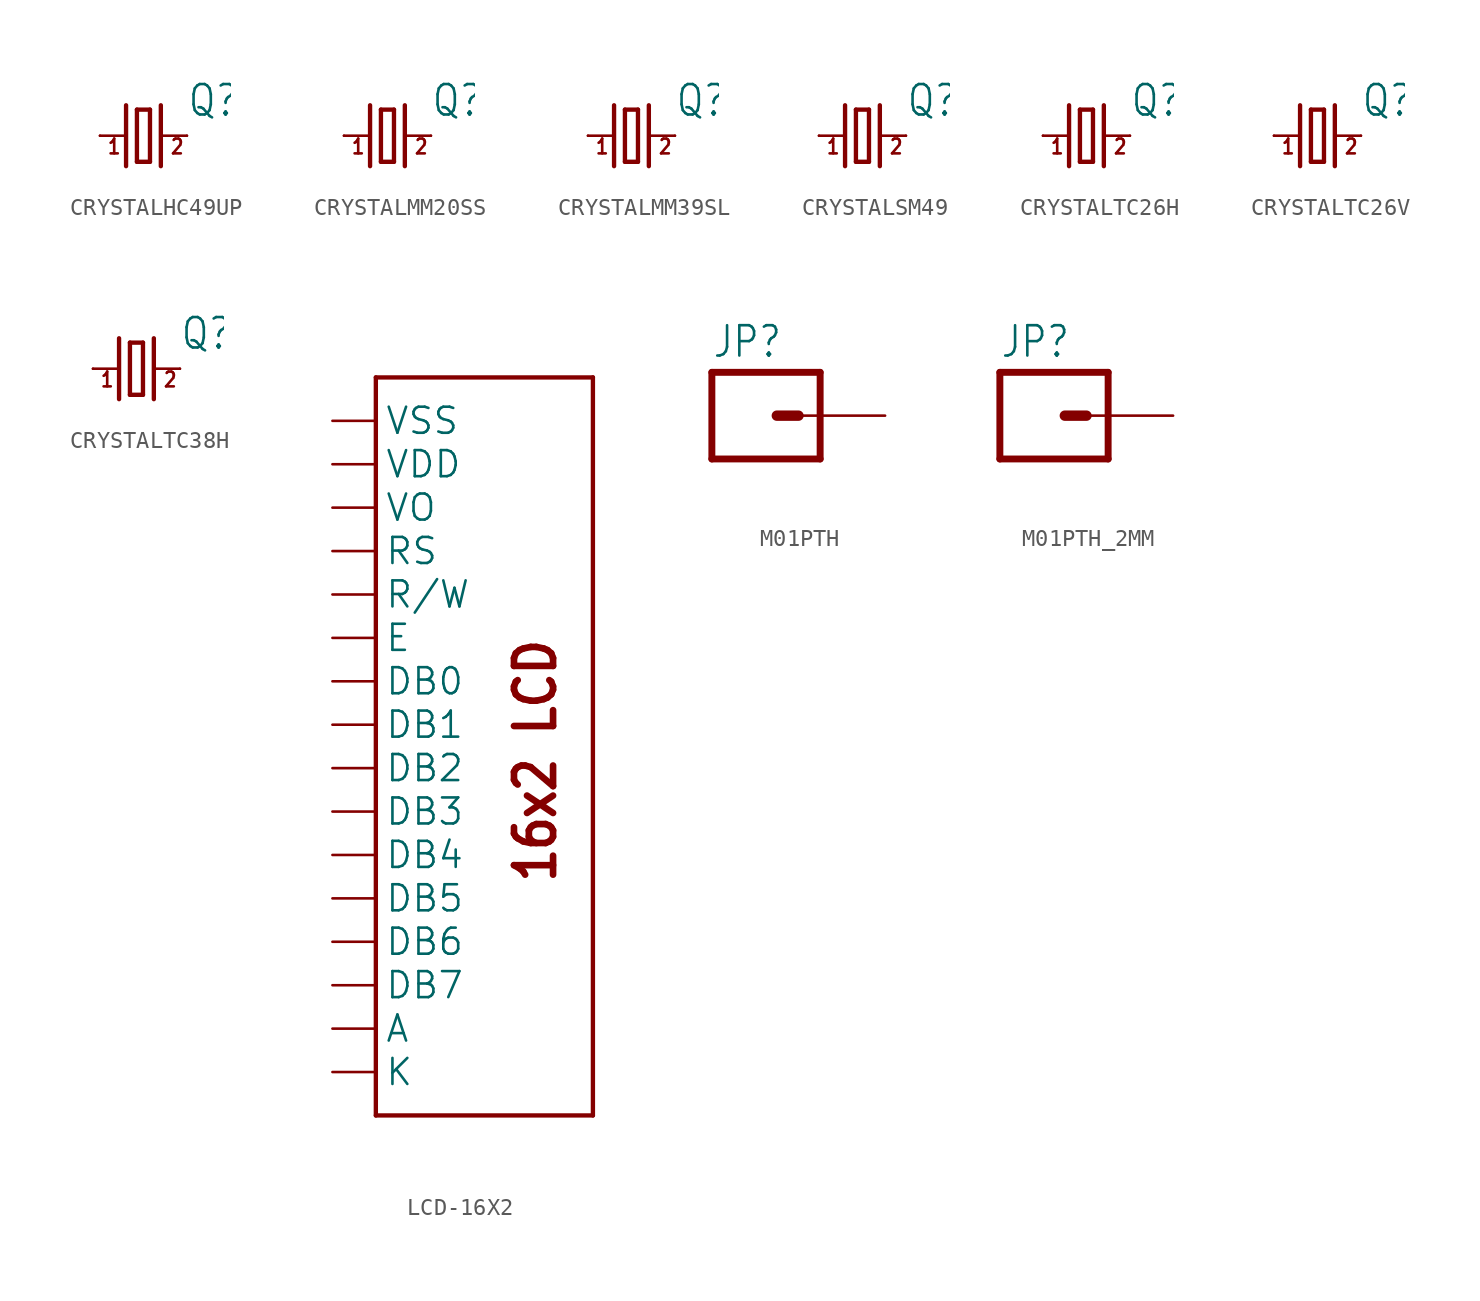
<source format=kicad_sym>
(kicad_symbol_lib
  (version 20241209)
  (generator "kicad_symbol_editor")
  (generator_version "9.0")
  (symbol "CRYSTALHC49UP"
    (property "Reference" "Q"
      (at 2.54 1.016 0)
      (effects (font (size 1.778 1.511)) (justify left bottom)))
    (property "Value" ""
      (at 2.54 -2.54 0)
      (effects (font (size 1.778 1.511)) (justify left bottom)))
    (property "ki_locked" ""
      (at 0 0 0)
      (effects (font (size 1.27 1.27))))
    (symbol "CRYSTALHC49UP_1_0"
      (polyline (pts (xy -2.54 0) (xy -1.016 0)) (stroke (width 0.152) (type solid)) (fill (type none)))
      (polyline (pts (xy -1.016 1.778) (xy -1.016 -1.778)) (stroke (width 0.254) (type solid)) (fill (type none)))
      (polyline (pts (xy -0.381 1.524) (xy -0.381 -1.524)) (stroke (width 0.254) (type solid)) (fill (type none)))
      (polyline (pts (xy -0.381 -1.524) (xy 0.381 -1.524)) (stroke (width 0.254) (type solid)) (fill (type none)))
      (polyline (pts (xy 0.381 1.524) (xy -0.381 1.524)) (stroke (width 0.254) (type solid)) (fill (type none)))
      (polyline (pts (xy 0.381 -1.524) (xy 0.381 1.524)) (stroke (width 0.254) (type solid)) (fill (type none)))
      (polyline (pts (xy 1.016 1.778) (xy 1.016 -1.778)) (stroke (width 0.254) (type solid)) (fill (type none)))
      (polyline (pts (xy 1.016 0) (xy 2.54 0)) (stroke (width 0.152) (type solid)) (fill (type none)))
      (text "1" (at -2.159 -1.143 0) (effects (font (size 0.864 0.734)) (justify left bottom)))
      (text "2" (at 1.524 -1.143 0) (effects (font (size 0.864 0.734)) (justify left bottom)))
      (pin passive line (at -2.54 0 0) (length 0) (name "1" (effects (font (size 0 0)))) (number "1" (effects (font (size 0 0)))))
      (pin passive line (at 2.54 0 180) (length 0) (name "2" (effects (font (size 0 0)))) (number "2" (effects (font (size 0 0)))))))
  (symbol "CRYSTALMM20SS"
    (property "Reference" "Q"
      (at 2.54 1.016 0)
      (effects (font (size 1.778 1.511)) (justify left bottom)))
    (property "Value" ""
      (at 2.54 -2.54 0)
      (effects (font (size 1.778 1.511)) (justify left bottom)))
    (property "ki_locked" ""
      (at 0 0 0)
      (effects (font (size 1.27 1.27))))
    (symbol "CRYSTALMM20SS_1_0"
      (polyline (pts (xy -2.54 0) (xy -1.016 0)) (stroke (width 0.152) (type solid)) (fill (type none)))
      (polyline (pts (xy -1.016 1.778) (xy -1.016 -1.778)) (stroke (width 0.254) (type solid)) (fill (type none)))
      (polyline (pts (xy -0.381 1.524) (xy -0.381 -1.524)) (stroke (width 0.254) (type solid)) (fill (type none)))
      (polyline (pts (xy -0.381 -1.524) (xy 0.381 -1.524)) (stroke (width 0.254) (type solid)) (fill (type none)))
      (polyline (pts (xy 0.381 1.524) (xy -0.381 1.524)) (stroke (width 0.254) (type solid)) (fill (type none)))
      (polyline (pts (xy 0.381 -1.524) (xy 0.381 1.524)) (stroke (width 0.254) (type solid)) (fill (type none)))
      (polyline (pts (xy 1.016 1.778) (xy 1.016 -1.778)) (stroke (width 0.254) (type solid)) (fill (type none)))
      (polyline (pts (xy 1.016 0) (xy 2.54 0)) (stroke (width 0.152) (type solid)) (fill (type none)))
      (text "1" (at -2.159 -1.143 0) (effects (font (size 0.864 0.734)) (justify left bottom)))
      (text "2" (at 1.524 -1.143 0) (effects (font (size 0.864 0.734)) (justify left bottom)))
      (pin passive line (at -2.54 0 0) (length 0) (name "1" (effects (font (size 0 0)))) (number "1" (effects (font (size 0 0)))))
      (pin passive line (at 2.54 0 180) (length 0) (name "2" (effects (font (size 0 0)))) (number "4" (effects (font (size 0 0)))))))
  (symbol "CRYSTALMM39SL"
    (property "Reference" "Q"
      (at 2.54 1.016 0)
      (effects (font (size 1.778 1.511)) (justify left bottom)))
    (property "Value" ""
      (at 2.54 -2.54 0)
      (effects (font (size 1.778 1.511)) (justify left bottom)))
    (property "ki_locked" ""
      (at 0 0 0)
      (effects (font (size 1.27 1.27))))
    (symbol "CRYSTALMM39SL_1_0"
      (polyline (pts (xy -2.54 0) (xy -1.016 0)) (stroke (width 0.152) (type solid)) (fill (type none)))
      (polyline (pts (xy -1.016 1.778) (xy -1.016 -1.778)) (stroke (width 0.254) (type solid)) (fill (type none)))
      (polyline (pts (xy -0.381 1.524) (xy -0.381 -1.524)) (stroke (width 0.254) (type solid)) (fill (type none)))
      (polyline (pts (xy -0.381 -1.524) (xy 0.381 -1.524)) (stroke (width 0.254) (type solid)) (fill (type none)))
      (polyline (pts (xy 0.381 1.524) (xy -0.381 1.524)) (stroke (width 0.254) (type solid)) (fill (type none)))
      (polyline (pts (xy 0.381 -1.524) (xy 0.381 1.524)) (stroke (width 0.254) (type solid)) (fill (type none)))
      (polyline (pts (xy 1.016 1.778) (xy 1.016 -1.778)) (stroke (width 0.254) (type solid)) (fill (type none)))
      (polyline (pts (xy 1.016 0) (xy 2.54 0)) (stroke (width 0.152) (type solid)) (fill (type none)))
      (text "1" (at -2.159 -1.143 0) (effects (font (size 0.864 0.734)) (justify left bottom)))
      (text "2" (at 1.524 -1.143 0) (effects (font (size 0.864 0.734)) (justify left bottom)))
      (pin passive line (at -2.54 0 0) (length 0) (name "1" (effects (font (size 0 0)))) (number "1" (effects (font (size 0 0)))))
      (pin passive line (at 2.54 0 180) (length 0) (name "2" (effects (font (size 0 0)))) (number "4" (effects (font (size 0 0)))))))
  (symbol "CRYSTALSM49"
    (property "Reference" "Q"
      (at 2.54 1.016 0)
      (effects (font (size 1.778 1.511)) (justify left bottom)))
    (property "Value" ""
      (at 2.54 -2.54 0)
      (effects (font (size 1.778 1.511)) (justify left bottom)))
    (property "ki_locked" ""
      (at 0 0 0)
      (effects (font (size 1.27 1.27))))
    (symbol "CRYSTALSM49_1_0"
      (polyline (pts (xy -2.54 0) (xy -1.016 0)) (stroke (width 0.152) (type solid)) (fill (type none)))
      (polyline (pts (xy -1.016 1.778) (xy -1.016 -1.778)) (stroke (width 0.254) (type solid)) (fill (type none)))
      (polyline (pts (xy -0.381 1.524) (xy -0.381 -1.524)) (stroke (width 0.254) (type solid)) (fill (type none)))
      (polyline (pts (xy -0.381 -1.524) (xy 0.381 -1.524)) (stroke (width 0.254) (type solid)) (fill (type none)))
      (polyline (pts (xy 0.381 1.524) (xy -0.381 1.524)) (stroke (width 0.254) (type solid)) (fill (type none)))
      (polyline (pts (xy 0.381 -1.524) (xy 0.381 1.524)) (stroke (width 0.254) (type solid)) (fill (type none)))
      (polyline (pts (xy 1.016 1.778) (xy 1.016 -1.778)) (stroke (width 0.254) (type solid)) (fill (type none)))
      (polyline (pts (xy 1.016 0) (xy 2.54 0)) (stroke (width 0.152) (type solid)) (fill (type none)))
      (text "1" (at -2.159 -1.143 0) (effects (font (size 0.864 0.734)) (justify left bottom)))
      (text "2" (at 1.524 -1.143 0) (effects (font (size 0.864 0.734)) (justify left bottom)))
      (pin passive line (at -2.54 0 0) (length 0) (name "1" (effects (font (size 0 0)))) (number "1" (effects (font (size 0 0)))))
      (pin passive line (at 2.54 0 180) (length 0) (name "2" (effects (font (size 0 0)))) (number "2" (effects (font (size 0 0)))))))
  (symbol "CRYSTALTC26H"
    (property "Reference" "Q"
      (at 2.54 1.016 0)
      (effects (font (size 1.778 1.511)) (justify left bottom)))
    (property "Value" ""
      (at 2.54 -2.54 0)
      (effects (font (size 1.778 1.511)) (justify left bottom)))
    (property "ki_locked" ""
      (at 0 0 0)
      (effects (font (size 1.27 1.27))))
    (symbol "CRYSTALTC26H_1_0"
      (polyline (pts (xy -2.54 0) (xy -1.016 0)) (stroke (width 0.152) (type solid)) (fill (type none)))
      (polyline (pts (xy -1.016 1.778) (xy -1.016 -1.778)) (stroke (width 0.254) (type solid)) (fill (type none)))
      (polyline (pts (xy -0.381 1.524) (xy -0.381 -1.524)) (stroke (width 0.254) (type solid)) (fill (type none)))
      (polyline (pts (xy -0.381 -1.524) (xy 0.381 -1.524)) (stroke (width 0.254) (type solid)) (fill (type none)))
      (polyline (pts (xy 0.381 1.524) (xy -0.381 1.524)) (stroke (width 0.254) (type solid)) (fill (type none)))
      (polyline (pts (xy 0.381 -1.524) (xy 0.381 1.524)) (stroke (width 0.254) (type solid)) (fill (type none)))
      (polyline (pts (xy 1.016 1.778) (xy 1.016 -1.778)) (stroke (width 0.254) (type solid)) (fill (type none)))
      (polyline (pts (xy 1.016 0) (xy 2.54 0)) (stroke (width 0.152) (type solid)) (fill (type none)))
      (text "1" (at -2.159 -1.143 0) (effects (font (size 0.864 0.734)) (justify left bottom)))
      (text "2" (at 1.524 -1.143 0) (effects (font (size 0.864 0.734)) (justify left bottom)))
      (pin passive line (at -2.54 0 0) (length 0) (name "1" (effects (font (size 0 0)))) (number "1" (effects (font (size 0 0)))))
      (pin passive line (at 2.54 0 180) (length 0) (name "2" (effects (font (size 0 0)))) (number "2" (effects (font (size 0 0)))))))
  (symbol "CRYSTALTC26V"
    (property "Reference" "Q"
      (at 2.54 1.016 0)
      (effects (font (size 1.778 1.511)) (justify left bottom)))
    (property "Value" ""
      (at 2.54 -2.54 0)
      (effects (font (size 1.778 1.511)) (justify left bottom)))
    (property "ki_locked" ""
      (at 0 0 0)
      (effects (font (size 1.27 1.27))))
    (symbol "CRYSTALTC26V_1_0"
      (polyline (pts (xy -2.54 0) (xy -1.016 0)) (stroke (width 0.152) (type solid)) (fill (type none)))
      (polyline (pts (xy -1.016 1.778) (xy -1.016 -1.778)) (stroke (width 0.254) (type solid)) (fill (type none)))
      (polyline (pts (xy -0.381 1.524) (xy -0.381 -1.524)) (stroke (width 0.254) (type solid)) (fill (type none)))
      (polyline (pts (xy -0.381 -1.524) (xy 0.381 -1.524)) (stroke (width 0.254) (type solid)) (fill (type none)))
      (polyline (pts (xy 0.381 1.524) (xy -0.381 1.524)) (stroke (width 0.254) (type solid)) (fill (type none)))
      (polyline (pts (xy 0.381 -1.524) (xy 0.381 1.524)) (stroke (width 0.254) (type solid)) (fill (type none)))
      (polyline (pts (xy 1.016 1.778) (xy 1.016 -1.778)) (stroke (width 0.254) (type solid)) (fill (type none)))
      (polyline (pts (xy 1.016 0) (xy 2.54 0)) (stroke (width 0.152) (type solid)) (fill (type none)))
      (text "1" (at -2.159 -1.143 0) (effects (font (size 0.864 0.734)) (justify left bottom)))
      (text "2" (at 1.524 -1.143 0) (effects (font (size 0.864 0.734)) (justify left bottom)))
      (pin passive line (at -2.54 0 0) (length 0) (name "1" (effects (font (size 0 0)))) (number "1" (effects (font (size 0 0)))))
      (pin passive line (at 2.54 0 180) (length 0) (name "2" (effects (font (size 0 0)))) (number "2" (effects (font (size 0 0)))))))
  (symbol "CRYSTALTC38H"
    (property "Reference" "Q"
      (at 2.54 1.016 0)
      (effects (font (size 1.778 1.511)) (justify left bottom)))
    (property "Value" ""
      (at 2.54 -2.54 0)
      (effects (font (size 1.778 1.511)) (justify left bottom)))
    (property "ki_locked" ""
      (at 0 0 0)
      (effects (font (size 1.27 1.27))))
    (symbol "CRYSTALTC38H_1_0"
      (polyline (pts (xy -2.54 0) (xy -1.016 0)) (stroke (width 0.152) (type solid)) (fill (type none)))
      (polyline (pts (xy -1.016 1.778) (xy -1.016 -1.778)) (stroke (width 0.254) (type solid)) (fill (type none)))
      (polyline (pts (xy -0.381 1.524) (xy -0.381 -1.524)) (stroke (width 0.254) (type solid)) (fill (type none)))
      (polyline (pts (xy -0.381 -1.524) (xy 0.381 -1.524)) (stroke (width 0.254) (type solid)) (fill (type none)))
      (polyline (pts (xy 0.381 1.524) (xy -0.381 1.524)) (stroke (width 0.254) (type solid)) (fill (type none)))
      (polyline (pts (xy 0.381 -1.524) (xy 0.381 1.524)) (stroke (width 0.254) (type solid)) (fill (type none)))
      (polyline (pts (xy 1.016 1.778) (xy 1.016 -1.778)) (stroke (width 0.254) (type solid)) (fill (type none)))
      (polyline (pts (xy 1.016 0) (xy 2.54 0)) (stroke (width 0.152) (type solid)) (fill (type none)))
      (text "1" (at -2.159 -1.143 0) (effects (font (size 0.864 0.734)) (justify left bottom)))
      (text "2" (at 1.524 -1.143 0) (effects (font (size 0.864 0.734)) (justify left bottom)))
      (pin passive line (at -2.54 0 0) (length 0) (name "1" (effects (font (size 0 0)))) (number "1" (effects (font (size 0 0)))))
      (pin passive line (at 2.54 0 180) (length 0) (name "2" (effects (font (size 0 0)))) (number "2" (effects (font (size 0 0)))))))
  (symbol "LCD-16X2"
    (property "Reference" ""
      (at -7.62 23.368 0)
      (effects (font (size 1.778 1.511)) (justify left bottom) (hide yes)))
    (property "ki_locked" ""
      (at 0 0 0)
      (effects (font (size 1.27 1.27))))
    (symbol "LCD-16X2_1_0"
      (polyline (pts (xy -7.62 22.86) (xy -7.62 -20.32)) (stroke (width 0.254) (type solid)) (fill (type none)))
      (polyline (pts (xy -7.62 -20.32) (xy 5.08 -20.32)) (stroke (width 0.254) (type solid)) (fill (type none)))
      (polyline (pts (xy 5.08 22.86) (xy -7.62 22.86)) (stroke (width 0.254) (type solid)) (fill (type none)))
      (polyline (pts (xy 5.08 -20.32) (xy 5.08 22.86)) (stroke (width 0.254) (type solid)) (fill (type none)))
      (text "16x2 LCD" (at 3.048 -6.858 900) (effects (font (size 2.286 1.943) (thickness 0.389) (bold yes)) (justify left bottom)))
      (pin power_in line (at -10.16 20.32 0) (length 2.54) (name "VSS" (effects (font (size 1.524 1.524)))) (number "1" (effects (font (size 0 0)))))
      (pin power_in line (at -10.16 17.78 0) (length 2.54) (name "VDD" (effects (font (size 1.524 1.524)))) (number "2" (effects (font (size 0 0)))))
      (pin bidirectional line (at -10.16 15.24 0) (length 2.54) (name "VO" (effects (font (size 1.524 1.524)))) (number "3" (effects (font (size 0 0)))))
      (pin input line (at -10.16 12.7 0) (length 2.54) (name "RS" (effects (font (size 1.524 1.524)))) (number "4" (effects (font (size 0 0)))))
      (pin input line (at -10.16 10.16 0) (length 2.54) (name "R/W" (effects (font (size 1.524 1.524)))) (number "5" (effects (font (size 0 0)))))
      (pin input line (at -10.16 7.62 0) (length 2.54) (name "E" (effects (font (size 1.524 1.524)))) (number "6" (effects (font (size 0 0)))))
      (pin bidirectional line (at -10.16 5.08 0) (length 2.54) (name "DB0" (effects (font (size 1.524 1.524)))) (number "7" (effects (font (size 0 0)))))
      (pin bidirectional line (at -10.16 2.54 0) (length 2.54) (name "DB1" (effects (font (size 1.524 1.524)))) (number "8" (effects (font (size 0 0)))))
      (pin bidirectional line (at -10.16 0 0) (length 2.54) (name "DB2" (effects (font (size 1.524 1.524)))) (number "9" (effects (font (size 0 0)))))
      (pin bidirectional line (at -10.16 -2.54 0) (length 2.54) (name "DB3" (effects (font (size 1.524 1.524)))) (number "10" (effects (font (size 0 0)))))
      (pin bidirectional line (at -10.16 -5.08 0) (length 2.54) (name "DB4" (effects (font (size 1.524 1.524)))) (number "11" (effects (font (size 0 0)))))
      (pin bidirectional line (at -10.16 -7.62 0) (length 2.54) (name "DB5" (effects (font (size 1.524 1.524)))) (number "12" (effects (font (size 0 0)))))
      (pin bidirectional line (at -10.16 -10.16 0) (length 2.54) (name "DB6" (effects (font (size 1.524 1.524)))) (number "13" (effects (font (size 0 0)))))
      (pin bidirectional line (at -10.16 -12.7 0) (length 2.54) (name "DB7" (effects (font (size 1.524 1.524)))) (number "14" (effects (font (size 0 0)))))
      (pin power_in line (at -10.16 -15.24 0) (length 2.54) (name "A" (effects (font (size 1.524 1.524)))) (number "15" (effects (font (size 0 0)))))
      (pin power_in line (at -10.16 -17.78 0) (length 2.54) (name "K" (effects (font (size 1.524 1.524)))) (number "16" (effects (font (size 0 0)))))))
  (symbol "M01PTH"
    (property "Reference" "JP"
      (at -2.54 3.302 0)
      (effects (font (size 1.778 1.511)) (justify left bottom)))
    (property "Value" ""
      (at -2.54 -5.08 0)
      (effects (font (size 1.778 1.511)) (justify left bottom)))
    (property "ki_locked" ""
      (at 0 0 0)
      (effects (font (size 1.27 1.27))))
    (symbol "M01PTH_1_0"
      (polyline (pts (xy -2.54 2.54) (xy -2.54 -2.54)) (stroke (width 0.406) (type solid)) (fill (type none)))
      (polyline (pts (xy -2.54 2.54) (xy 3.81 2.54)) (stroke (width 0.406) (type solid)) (fill (type none)))
      (polyline (pts (xy 1.27 0) (xy 2.54 0)) (stroke (width 0.61) (type solid)) (fill (type none)))
      (polyline (pts (xy 3.81 -2.54) (xy -2.54 -2.54)) (stroke (width 0.406) (type solid)) (fill (type none)))
      (polyline (pts (xy 3.81 -2.54) (xy 3.81 2.54)) (stroke (width 0.406) (type solid)) (fill (type none)))
      (pin passive line (at 7.62 0 180) (length 5.08) (name "1" (effects (font (size 0 0)))) (number "1" (effects (font (size 0 0)))))))
  (symbol "M01PTH_2MM"
    (property "Reference" "JP"
      (at -2.54 3.302 0)
      (effects (font (size 1.778 1.511)) (justify left bottom)))
    (property "Value" ""
      (at -2.54 -5.08 0)
      (effects (font (size 1.778 1.511)) (justify left bottom)))
    (property "ki_locked" ""
      (at 0 0 0)
      (effects (font (size 1.27 1.27))))
    (symbol "M01PTH_2MM_1_0"
      (polyline (pts (xy -2.54 2.54) (xy -2.54 -2.54)) (stroke (width 0.406) (type solid)) (fill (type none)))
      (polyline (pts (xy -2.54 2.54) (xy 3.81 2.54)) (stroke (width 0.406) (type solid)) (fill (type none)))
      (polyline (pts (xy 1.27 0) (xy 2.54 0)) (stroke (width 0.61) (type solid)) (fill (type none)))
      (polyline (pts (xy 3.81 -2.54) (xy -2.54 -2.54)) (stroke (width 0.406) (type solid)) (fill (type none)))
      (polyline (pts (xy 3.81 -2.54) (xy 3.81 2.54)) (stroke (width 0.406) (type solid)) (fill (type none)))
      (pin passive line (at 7.62 0 180) (length 5.08) (name "1" (effects (font (size 0 0)))) (number "1" (effects (font (size 0 0))))))))
</source>
